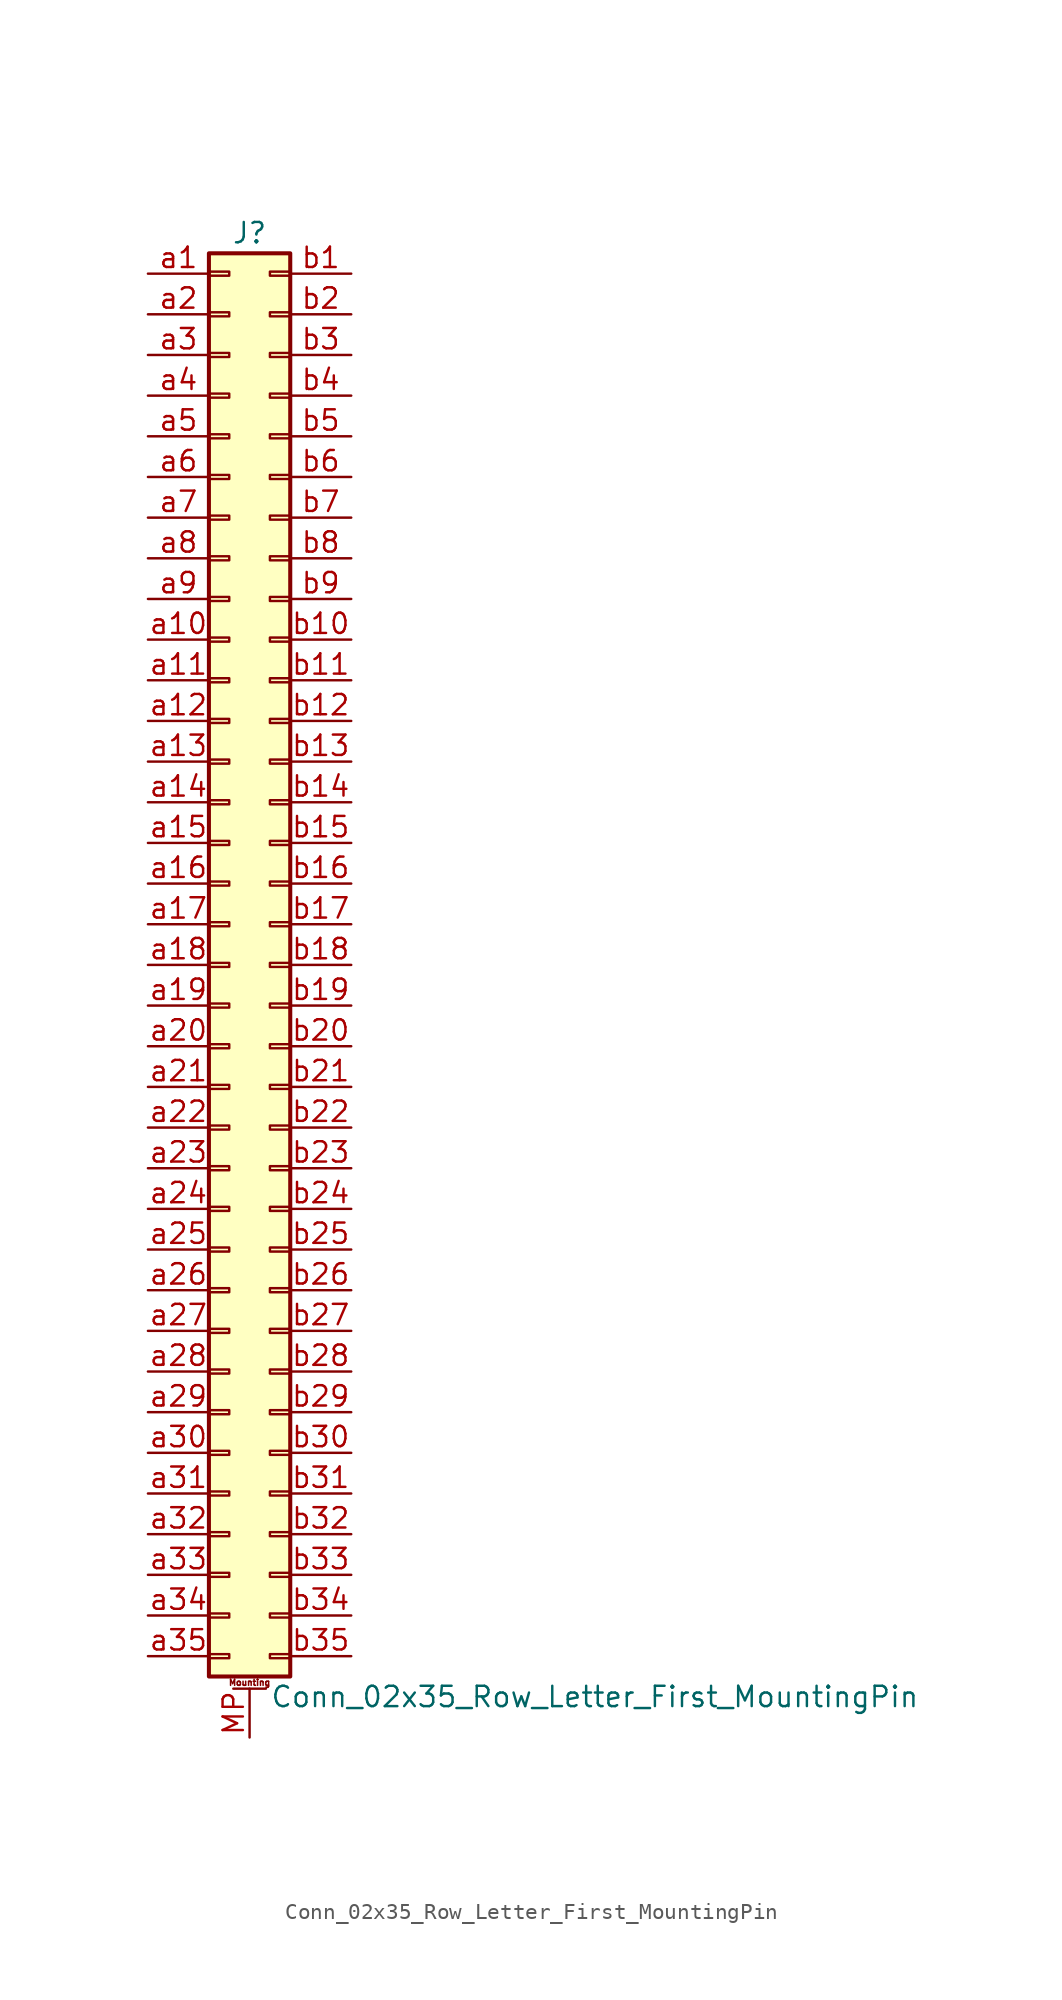
<source format=kicad_sym>
(kicad_symbol_lib
  (version 20211014)
  (generator kicad_symbol_editor)
  (symbol "Conn_02x35_Row_Letter_First_MountingPin"
    (pin_names
      (offset 1.016) hide)
    (property "Reference" "J"
      (at 1.27 45.72 0)
      (effects (font (size 1.27 1.27))))
    (property "Value" "Conn_02x35_Row_Letter_First_MountingPin"
      (at 2.54 -45.72 0)
      (effects (font (size 1.27 1.27)) (justify left)))
    (symbol "Conn_02x35_Row_Letter_First_MountingPin_1_1"
      (rectangle (start -1.27 -43.053) (end 0 -43.307) (stroke (width 0.152) (type default) (color 0 0 0 0)) (fill (type none)))
      (rectangle (start -1.27 -40.513) (end 0 -40.767) (stroke (width 0.152) (type default) (color 0 0 0 0)) (fill (type none)))
      (rectangle (start -1.27 -37.973) (end 0 -38.227) (stroke (width 0.152) (type default) (color 0 0 0 0)) (fill (type none)))
      (rectangle (start -1.27 -35.433) (end 0 -35.687) (stroke (width 0.152) (type default) (color 0 0 0 0)) (fill (type none)))
      (rectangle (start -1.27 -32.893) (end 0 -33.147) (stroke (width 0.152) (type default) (color 0 0 0 0)) (fill (type none)))
      (rectangle (start -1.27 -30.353) (end 0 -30.607) (stroke (width 0.152) (type default) (color 0 0 0 0)) (fill (type none)))
      (rectangle (start -1.27 -27.813) (end 0 -28.067) (stroke (width 0.152) (type default) (color 0 0 0 0)) (fill (type none)))
      (rectangle (start -1.27 -25.273) (end 0 -25.527) (stroke (width 0.152) (type default) (color 0 0 0 0)) (fill (type none)))
      (rectangle (start -1.27 -22.733) (end 0 -22.987) (stroke (width 0.152) (type default) (color 0 0 0 0)) (fill (type none)))
      (rectangle (start -1.27 -20.193) (end 0 -20.447) (stroke (width 0.152) (type default) (color 0 0 0 0)) (fill (type none)))
      (rectangle (start -1.27 -17.653) (end 0 -17.907) (stroke (width 0.152) (type default) (color 0 0 0 0)) (fill (type none)))
      (rectangle (start -1.27 -15.113) (end 0 -15.367) (stroke (width 0.152) (type default) (color 0 0 0 0)) (fill (type none)))
      (rectangle (start -1.27 -12.573) (end 0 -12.827) (stroke (width 0.152) (type default) (color 0 0 0 0)) (fill (type none)))
      (rectangle (start -1.27 -10.033) (end 0 -10.287) (stroke (width 0.152) (type default) (color 0 0 0 0)) (fill (type none)))
      (rectangle (start -1.27 -7.493) (end 0 -7.747) (stroke (width 0.152) (type default) (color 0 0 0 0)) (fill (type none)))
      (rectangle (start -1.27 -4.953) (end 0 -5.207) (stroke (width 0.152) (type default) (color 0 0 0 0)) (fill (type none)))
      (rectangle (start -1.27 -2.413) (end 0 -2.667) (stroke (width 0.152) (type default) (color 0 0 0 0)) (fill (type none)))
      (rectangle (start -1.27 0.127) (end 0 -0.127) (stroke (width 0.152) (type default) (color 0 0 0 0)) (fill (type none)))
      (rectangle (start -1.27 2.667) (end 0 2.413) (stroke (width 0.152) (type default) (color 0 0 0 0)) (fill (type none)))
      (rectangle (start -1.27 5.207) (end 0 4.953) (stroke (width 0.152) (type default) (color 0 0 0 0)) (fill (type none)))
      (rectangle (start -1.27 7.747) (end 0 7.493) (stroke (width 0.152) (type default) (color 0 0 0 0)) (fill (type none)))
      (rectangle (start -1.27 10.287) (end 0 10.033) (stroke (width 0.152) (type default) (color 0 0 0 0)) (fill (type none)))
      (rectangle (start -1.27 12.827) (end 0 12.573) (stroke (width 0.152) (type default) (color 0 0 0 0)) (fill (type none)))
      (rectangle (start -1.27 15.367) (end 0 15.113) (stroke (width 0.152) (type default) (color 0 0 0 0)) (fill (type none)))
      (rectangle (start -1.27 17.907) (end 0 17.653) (stroke (width 0.152) (type default) (color 0 0 0 0)) (fill (type none)))
      (rectangle (start -1.27 20.447) (end 0 20.193) (stroke (width 0.152) (type default) (color 0 0 0 0)) (fill (type none)))
      (rectangle (start -1.27 22.987) (end 0 22.733) (stroke (width 0.152) (type default) (color 0 0 0 0)) (fill (type none)))
      (rectangle (start -1.27 25.527) (end 0 25.273) (stroke (width 0.152) (type default) (color 0 0 0 0)) (fill (type none)))
      (rectangle (start -1.27 28.067) (end 0 27.813) (stroke (width 0.152) (type default) (color 0 0 0 0)) (fill (type none)))
      (rectangle (start -1.27 30.607) (end 0 30.353) (stroke (width 0.152) (type default) (color 0 0 0 0)) (fill (type none)))
      (rectangle (start -1.27 33.147) (end 0 32.893) (stroke (width 0.152) (type default) (color 0 0 0 0)) (fill (type none)))
      (rectangle (start -1.27 35.687) (end 0 35.433) (stroke (width 0.152) (type default) (color 0 0 0 0)) (fill (type none)))
      (rectangle (start -1.27 38.227) (end 0 37.973) (stroke (width 0.152) (type default) (color 0 0 0 0)) (fill (type none)))
      (rectangle (start -1.27 40.767) (end 0 40.513) (stroke (width 0.152) (type default) (color 0 0 0 0)) (fill (type none)))
      (rectangle (start -1.27 43.307) (end 0 43.053) (stroke (width 0.152) (type default) (color 0 0 0 0)) (fill (type none)))
      (rectangle (start -1.27 44.45) (end 3.81 -44.45) (stroke (width 0.254) (type default) (color 0 0 0 0)) (fill (type background)))
      (polyline (pts (xy 0.254 -45.212) (xy 2.286 -45.212)) (stroke (width 0.152) (type default) (color 0 0 0 0)) (fill (type none)))
      (rectangle (start 3.81 -43.053) (end 2.54 -43.307) (stroke (width 0.152) (type default) (color 0 0 0 0)) (fill (type none)))
      (rectangle (start 3.81 -40.513) (end 2.54 -40.767) (stroke (width 0.152) (type default) (color 0 0 0 0)) (fill (type none)))
      (rectangle (start 3.81 -37.973) (end 2.54 -38.227) (stroke (width 0.152) (type default) (color 0 0 0 0)) (fill (type none)))
      (rectangle (start 3.81 -35.433) (end 2.54 -35.687) (stroke (width 0.152) (type default) (color 0 0 0 0)) (fill (type none)))
      (rectangle (start 3.81 -32.893) (end 2.54 -33.147) (stroke (width 0.152) (type default) (color 0 0 0 0)) (fill (type none)))
      (rectangle (start 3.81 -30.353) (end 2.54 -30.607) (stroke (width 0.152) (type default) (color 0 0 0 0)) (fill (type none)))
      (rectangle (start 3.81 -27.813) (end 2.54 -28.067) (stroke (width 0.152) (type default) (color 0 0 0 0)) (fill (type none)))
      (rectangle (start 3.81 -25.273) (end 2.54 -25.527) (stroke (width 0.152) (type default) (color 0 0 0 0)) (fill (type none)))
      (rectangle (start 3.81 -22.733) (end 2.54 -22.987) (stroke (width 0.152) (type default) (color 0 0 0 0)) (fill (type none)))
      (rectangle (start 3.81 -20.193) (end 2.54 -20.447) (stroke (width 0.152) (type default) (color 0 0 0 0)) (fill (type none)))
      (rectangle (start 3.81 -17.653) (end 2.54 -17.907) (stroke (width 0.152) (type default) (color 0 0 0 0)) (fill (type none)))
      (rectangle (start 3.81 -15.113) (end 2.54 -15.367) (stroke (width 0.152) (type default) (color 0 0 0 0)) (fill (type none)))
      (rectangle (start 3.81 -12.573) (end 2.54 -12.827) (stroke (width 0.152) (type default) (color 0 0 0 0)) (fill (type none)))
      (rectangle (start 3.81 -10.033) (end 2.54 -10.287) (stroke (width 0.152) (type default) (color 0 0 0 0)) (fill (type none)))
      (rectangle (start 3.81 -7.493) (end 2.54 -7.747) (stroke (width 0.152) (type default) (color 0 0 0 0)) (fill (type none)))
      (rectangle (start 3.81 -4.953) (end 2.54 -5.207) (stroke (width 0.152) (type default) (color 0 0 0 0)) (fill (type none)))
      (rectangle (start 3.81 -2.413) (end 2.54 -2.667) (stroke (width 0.152) (type default) (color 0 0 0 0)) (fill (type none)))
      (rectangle (start 3.81 0.127) (end 2.54 -0.127) (stroke (width 0.152) (type default) (color 0 0 0 0)) (fill (type none)))
      (rectangle (start 3.81 2.667) (end 2.54 2.413) (stroke (width 0.152) (type default) (color 0 0 0 0)) (fill (type none)))
      (rectangle (start 3.81 5.207) (end 2.54 4.953) (stroke (width 0.152) (type default) (color 0 0 0 0)) (fill (type none)))
      (rectangle (start 3.81 7.747) (end 2.54 7.493) (stroke (width 0.152) (type default) (color 0 0 0 0)) (fill (type none)))
      (rectangle (start 3.81 10.287) (end 2.54 10.033) (stroke (width 0.152) (type default) (color 0 0 0 0)) (fill (type none)))
      (rectangle (start 3.81 12.827) (end 2.54 12.573) (stroke (width 0.152) (type default) (color 0 0 0 0)) (fill (type none)))
      (rectangle (start 3.81 15.367) (end 2.54 15.113) (stroke (width 0.152) (type default) (color 0 0 0 0)) (fill (type none)))
      (rectangle (start 3.81 17.907) (end 2.54 17.653) (stroke (width 0.152) (type default) (color 0 0 0 0)) (fill (type none)))
      (rectangle (start 3.81 20.447) (end 2.54 20.193) (stroke (width 0.152) (type default) (color 0 0 0 0)) (fill (type none)))
      (rectangle (start 3.81 22.987) (end 2.54 22.733) (stroke (width 0.152) (type default) (color 0 0 0 0)) (fill (type none)))
      (rectangle (start 3.81 25.527) (end 2.54 25.273) (stroke (width 0.152) (type default) (color 0 0 0 0)) (fill (type none)))
      (rectangle (start 3.81 28.067) (end 2.54 27.813) (stroke (width 0.152) (type default) (color 0 0 0 0)) (fill (type none)))
      (rectangle (start 3.81 30.607) (end 2.54 30.353) (stroke (width 0.152) (type default) (color 0 0 0 0)) (fill (type none)))
      (rectangle (start 3.81 33.147) (end 2.54 32.893) (stroke (width 0.152) (type default) (color 0 0 0 0)) (fill (type none)))
      (rectangle (start 3.81 35.687) (end 2.54 35.433) (stroke (width 0.152) (type default) (color 0 0 0 0)) (fill (type none)))
      (rectangle (start 3.81 38.227) (end 2.54 37.973) (stroke (width 0.152) (type default) (color 0 0 0 0)) (fill (type none)))
      (rectangle (start 3.81 40.767) (end 2.54 40.513) (stroke (width 0.152) (type default) (color 0 0 0 0)) (fill (type none)))
      (rectangle (start 3.81 43.307) (end 2.54 43.053) (stroke (width 0.152) (type default) (color 0 0 0 0)) (fill (type none)))
      (text "Mounting" (at 1.27 -44.831 0) (effects (font (size 0.381 0.381))))
      (pin passive line (at 1.27 -48.26 90) (length 3.048) (name "MountPin" (effects (font (size 1.27 1.27)))) (number "MP" (effects (font (size 1.27 1.27)))))
      (pin passive line (at -5.08 43.18 0) (length 3.81) (name "Pin_a1" (effects (font (size 1.27 1.27)))) (number "a1" (effects (font (size 1.27 1.27)))))
      (pin passive line (at -5.08 20.32 0) (length 3.81) (name "Pin_a10" (effects (font (size 1.27 1.27)))) (number "a10" (effects (font (size 1.27 1.27)))))
      (pin passive line (at -5.08 17.78 0) (length 3.81) (name "Pin_a11" (effects (font (size 1.27 1.27)))) (number "a11" (effects (font (size 1.27 1.27)))))
      (pin passive line (at -5.08 15.24 0) (length 3.81) (name "Pin_a12" (effects (font (size 1.27 1.27)))) (number "a12" (effects (font (size 1.27 1.27)))))
      (pin passive line (at -5.08 12.7 0) (length 3.81) (name "Pin_a13" (effects (font (size 1.27 1.27)))) (number "a13" (effects (font (size 1.27 1.27)))))
      (pin passive line (at -5.08 10.16 0) (length 3.81) (name "Pin_a14" (effects (font (size 1.27 1.27)))) (number "a14" (effects (font (size 1.27 1.27)))))
      (pin passive line (at -5.08 7.62 0) (length 3.81) (name "Pin_a15" (effects (font (size 1.27 1.27)))) (number "a15" (effects (font (size 1.27 1.27)))))
      (pin passive line (at -5.08 5.08 0) (length 3.81) (name "Pin_a16" (effects (font (size 1.27 1.27)))) (number "a16" (effects (font (size 1.27 1.27)))))
      (pin passive line (at -5.08 2.54 0) (length 3.81) (name "Pin_a17" (effects (font (size 1.27 1.27)))) (number "a17" (effects (font (size 1.27 1.27)))))
      (pin passive line (at -5.08 0 0) (length 3.81) (name "Pin_a18" (effects (font (size 1.27 1.27)))) (number "a18" (effects (font (size 1.27 1.27)))))
      (pin passive line (at -5.08 -2.54 0) (length 3.81) (name "Pin_a19" (effects (font (size 1.27 1.27)))) (number "a19" (effects (font (size 1.27 1.27)))))
      (pin passive line (at -5.08 40.64 0) (length 3.81) (name "Pin_a2" (effects (font (size 1.27 1.27)))) (number "a2" (effects (font (size 1.27 1.27)))))
      (pin passive line (at -5.08 -5.08 0) (length 3.81) (name "Pin_a20" (effects (font (size 1.27 1.27)))) (number "a20" (effects (font (size 1.27 1.27)))))
      (pin passive line (at -5.08 -7.62 0) (length 3.81) (name "Pin_a21" (effects (font (size 1.27 1.27)))) (number "a21" (effects (font (size 1.27 1.27)))))
      (pin passive line (at -5.08 -10.16 0) (length 3.81) (name "Pin_a22" (effects (font (size 1.27 1.27)))) (number "a22" (effects (font (size 1.27 1.27)))))
      (pin passive line (at -5.08 -12.7 0) (length 3.81) (name "Pin_a23" (effects (font (size 1.27 1.27)))) (number "a23" (effects (font (size 1.27 1.27)))))
      (pin passive line (at -5.08 -15.24 0) (length 3.81) (name "Pin_a24" (effects (font (size 1.27 1.27)))) (number "a24" (effects (font (size 1.27 1.27)))))
      (pin passive line (at -5.08 -17.78 0) (length 3.81) (name "Pin_a25" (effects (font (size 1.27 1.27)))) (number "a25" (effects (font (size 1.27 1.27)))))
      (pin passive line (at -5.08 -20.32 0) (length 3.81) (name "Pin_a26" (effects (font (size 1.27 1.27)))) (number "a26" (effects (font (size 1.27 1.27)))))
      (pin passive line (at -5.08 -22.86 0) (length 3.81) (name "Pin_a27" (effects (font (size 1.27 1.27)))) (number "a27" (effects (font (size 1.27 1.27)))))
      (pin passive line (at -5.08 -25.4 0) (length 3.81) (name "Pin_a28" (effects (font (size 1.27 1.27)))) (number "a28" (effects (font (size 1.27 1.27)))))
      (pin passive line (at -5.08 -27.94 0) (length 3.81) (name "Pin_a29" (effects (font (size 1.27 1.27)))) (number "a29" (effects (font (size 1.27 1.27)))))
      (pin passive line (at -5.08 38.1 0) (length 3.81) (name "Pin_a3" (effects (font (size 1.27 1.27)))) (number "a3" (effects (font (size 1.27 1.27)))))
      (pin passive line (at -5.08 -30.48 0) (length 3.81) (name "Pin_a30" (effects (font (size 1.27 1.27)))) (number "a30" (effects (font (size 1.27 1.27)))))
      (pin passive line (at -5.08 -33.02 0) (length 3.81) (name "Pin_a31" (effects (font (size 1.27 1.27)))) (number "a31" (effects (font (size 1.27 1.27)))))
      (pin passive line (at -5.08 -35.56 0) (length 3.81) (name "Pin_a32" (effects (font (size 1.27 1.27)))) (number "a32" (effects (font (size 1.27 1.27)))))
      (pin passive line (at -5.08 -38.1 0) (length 3.81) (name "Pin_a33" (effects (font (size 1.27 1.27)))) (number "a33" (effects (font (size 1.27 1.27)))))
      (pin passive line (at -5.08 -40.64 0) (length 3.81) (name "Pin_a34" (effects (font (size 1.27 1.27)))) (number "a34" (effects (font (size 1.27 1.27)))))
      (pin passive line (at -5.08 -43.18 0) (length 3.81) (name "Pin_a35" (effects (font (size 1.27 1.27)))) (number "a35" (effects (font (size 1.27 1.27)))))
      (pin passive line (at -5.08 35.56 0) (length 3.81) (name "Pin_a4" (effects (font (size 1.27 1.27)))) (number "a4" (effects (font (size 1.27 1.27)))))
      (pin passive line (at -5.08 33.02 0) (length 3.81) (name "Pin_a5" (effects (font (size 1.27 1.27)))) (number "a5" (effects (font (size 1.27 1.27)))))
      (pin passive line (at -5.08 30.48 0) (length 3.81) (name "Pin_a6" (effects (font (size 1.27 1.27)))) (number "a6" (effects (font (size 1.27 1.27)))))
      (pin passive line (at -5.08 27.94 0) (length 3.81) (name "Pin_a7" (effects (font (size 1.27 1.27)))) (number "a7" (effects (font (size 1.27 1.27)))))
      (pin passive line (at -5.08 25.4 0) (length 3.81) (name "Pin_a8" (effects (font (size 1.27 1.27)))) (number "a8" (effects (font (size 1.27 1.27)))))
      (pin passive line (at -5.08 22.86 0) (length 3.81) (name "Pin_a9" (effects (font (size 1.27 1.27)))) (number "a9" (effects (font (size 1.27 1.27)))))
      (pin passive line (at 7.62 43.18 180) (length 3.81) (name "Pin_b1" (effects (font (size 1.27 1.27)))) (number "b1" (effects (font (size 1.27 1.27)))))
      (pin passive line (at 7.62 20.32 180) (length 3.81) (name "Pin_b10" (effects (font (size 1.27 1.27)))) (number "b10" (effects (font (size 1.27 1.27)))))
      (pin passive line (at 7.62 17.78 180) (length 3.81) (name "Pin_b11" (effects (font (size 1.27 1.27)))) (number "b11" (effects (font (size 1.27 1.27)))))
      (pin passive line (at 7.62 15.24 180) (length 3.81) (name "Pin_b12" (effects (font (size 1.27 1.27)))) (number "b12" (effects (font (size 1.27 1.27)))))
      (pin passive line (at 7.62 12.7 180) (length 3.81) (name "Pin_b13" (effects (font (size 1.27 1.27)))) (number "b13" (effects (font (size 1.27 1.27)))))
      (pin passive line (at 7.62 10.16 180) (length 3.81) (name "Pin_b14" (effects (font (size 1.27 1.27)))) (number "b14" (effects (font (size 1.27 1.27)))))
      (pin passive line (at 7.62 7.62 180) (length 3.81) (name "Pin_b15" (effects (font (size 1.27 1.27)))) (number "b15" (effects (font (size 1.27 1.27)))))
      (pin passive line (at 7.62 5.08 180) (length 3.81) (name "Pin_b16" (effects (font (size 1.27 1.27)))) (number "b16" (effects (font (size 1.27 1.27)))))
      (pin passive line (at 7.62 2.54 180) (length 3.81) (name "Pin_b17" (effects (font (size 1.27 1.27)))) (number "b17" (effects (font (size 1.27 1.27)))))
      (pin passive line (at 7.62 0 180) (length 3.81) (name "Pin_b18" (effects (font (size 1.27 1.27)))) (number "b18" (effects (font (size 1.27 1.27)))))
      (pin passive line (at 7.62 -2.54 180) (length 3.81) (name "Pin_b19" (effects (font (size 1.27 1.27)))) (number "b19" (effects (font (size 1.27 1.27)))))
      (pin passive line (at 7.62 40.64 180) (length 3.81) (name "Pin_b2" (effects (font (size 1.27 1.27)))) (number "b2" (effects (font (size 1.27 1.27)))))
      (pin passive line (at 7.62 -5.08 180) (length 3.81) (name "Pin_b20" (effects (font (size 1.27 1.27)))) (number "b20" (effects (font (size 1.27 1.27)))))
      (pin passive line (at 7.62 -7.62 180) (length 3.81) (name "Pin_b21" (effects (font (size 1.27 1.27)))) (number "b21" (effects (font (size 1.27 1.27)))))
      (pin passive line (at 7.62 -10.16 180) (length 3.81) (name "Pin_b22" (effects (font (size 1.27 1.27)))) (number "b22" (effects (font (size 1.27 1.27)))))
      (pin passive line (at 7.62 -12.7 180) (length 3.81) (name "Pin_b23" (effects (font (size 1.27 1.27)))) (number "b23" (effects (font (size 1.27 1.27)))))
      (pin passive line (at 7.62 -15.24 180) (length 3.81) (name "Pin_b24" (effects (font (size 1.27 1.27)))) (number "b24" (effects (font (size 1.27 1.27)))))
      (pin passive line (at 7.62 -17.78 180) (length 3.81) (name "Pin_b25" (effects (font (size 1.27 1.27)))) (number "b25" (effects (font (size 1.27 1.27)))))
      (pin passive line (at 7.62 -20.32 180) (length 3.81) (name "Pin_b26" (effects (font (size 1.27 1.27)))) (number "b26" (effects (font (size 1.27 1.27)))))
      (pin passive line (at 7.62 -22.86 180) (length 3.81) (name "Pin_b27" (effects (font (size 1.27 1.27)))) (number "b27" (effects (font (size 1.27 1.27)))))
      (pin passive line (at 7.62 -25.4 180) (length 3.81) (name "Pin_b28" (effects (font (size 1.27 1.27)))) (number "b28" (effects (font (size 1.27 1.27)))))
      (pin passive line (at 7.62 -27.94 180) (length 3.81) (name "Pin_b29" (effects (font (size 1.27 1.27)))) (number "b29" (effects (font (size 1.27 1.27)))))
      (pin passive line (at 7.62 38.1 180) (length 3.81) (name "Pin_b3" (effects (font (size 1.27 1.27)))) (number "b3" (effects (font (size 1.27 1.27)))))
      (pin passive line (at 7.62 -30.48 180) (length 3.81) (name "Pin_b30" (effects (font (size 1.27 1.27)))) (number "b30" (effects (font (size 1.27 1.27)))))
      (pin passive line (at 7.62 -33.02 180) (length 3.81) (name "Pin_b31" (effects (font (size 1.27 1.27)))) (number "b31" (effects (font (size 1.27 1.27)))))
      (pin passive line (at 7.62 -35.56 180) (length 3.81) (name "Pin_b32" (effects (font (size 1.27 1.27)))) (number "b32" (effects (font (size 1.27 1.27)))))
      (pin passive line (at 7.62 -38.1 180) (length 3.81) (name "Pin_b33" (effects (font (size 1.27 1.27)))) (number "b33" (effects (font (size 1.27 1.27)))))
      (pin passive line (at 7.62 -40.64 180) (length 3.81) (name "Pin_b34" (effects (font (size 1.27 1.27)))) (number "b34" (effects (font (size 1.27 1.27)))))
      (pin passive line (at 7.62 -43.18 180) (length 3.81) (name "Pin_b35" (effects (font (size 1.27 1.27)))) (number "b35" (effects (font (size 1.27 1.27)))))
      (pin passive line (at 7.62 35.56 180) (length 3.81) (name "Pin_b4" (effects (font (size 1.27 1.27)))) (number "b4" (effects (font (size 1.27 1.27)))))
      (pin passive line (at 7.62 33.02 180) (length 3.81) (name "Pin_b5" (effects (font (size 1.27 1.27)))) (number "b5" (effects (font (size 1.27 1.27)))))
      (pin passive line (at 7.62 30.48 180) (length 3.81) (name "Pin_b6" (effects (font (size 1.27 1.27)))) (number "b6" (effects (font (size 1.27 1.27)))))
      (pin passive line (at 7.62 27.94 180) (length 3.81) (name "Pin_b7" (effects (font (size 1.27 1.27)))) (number "b7" (effects (font (size 1.27 1.27)))))
      (pin passive line (at 7.62 25.4 180) (length 3.81) (name "Pin_b8" (effects (font (size 1.27 1.27)))) (number "b8" (effects (font (size 1.27 1.27)))))
      (pin passive line (at 7.62 22.86 180) (length 3.81) (name "Pin_b9" (effects (font (size 1.27 1.27)))) (number "b9" (effects (font (size 1.27 1.27))))))))
</source>
